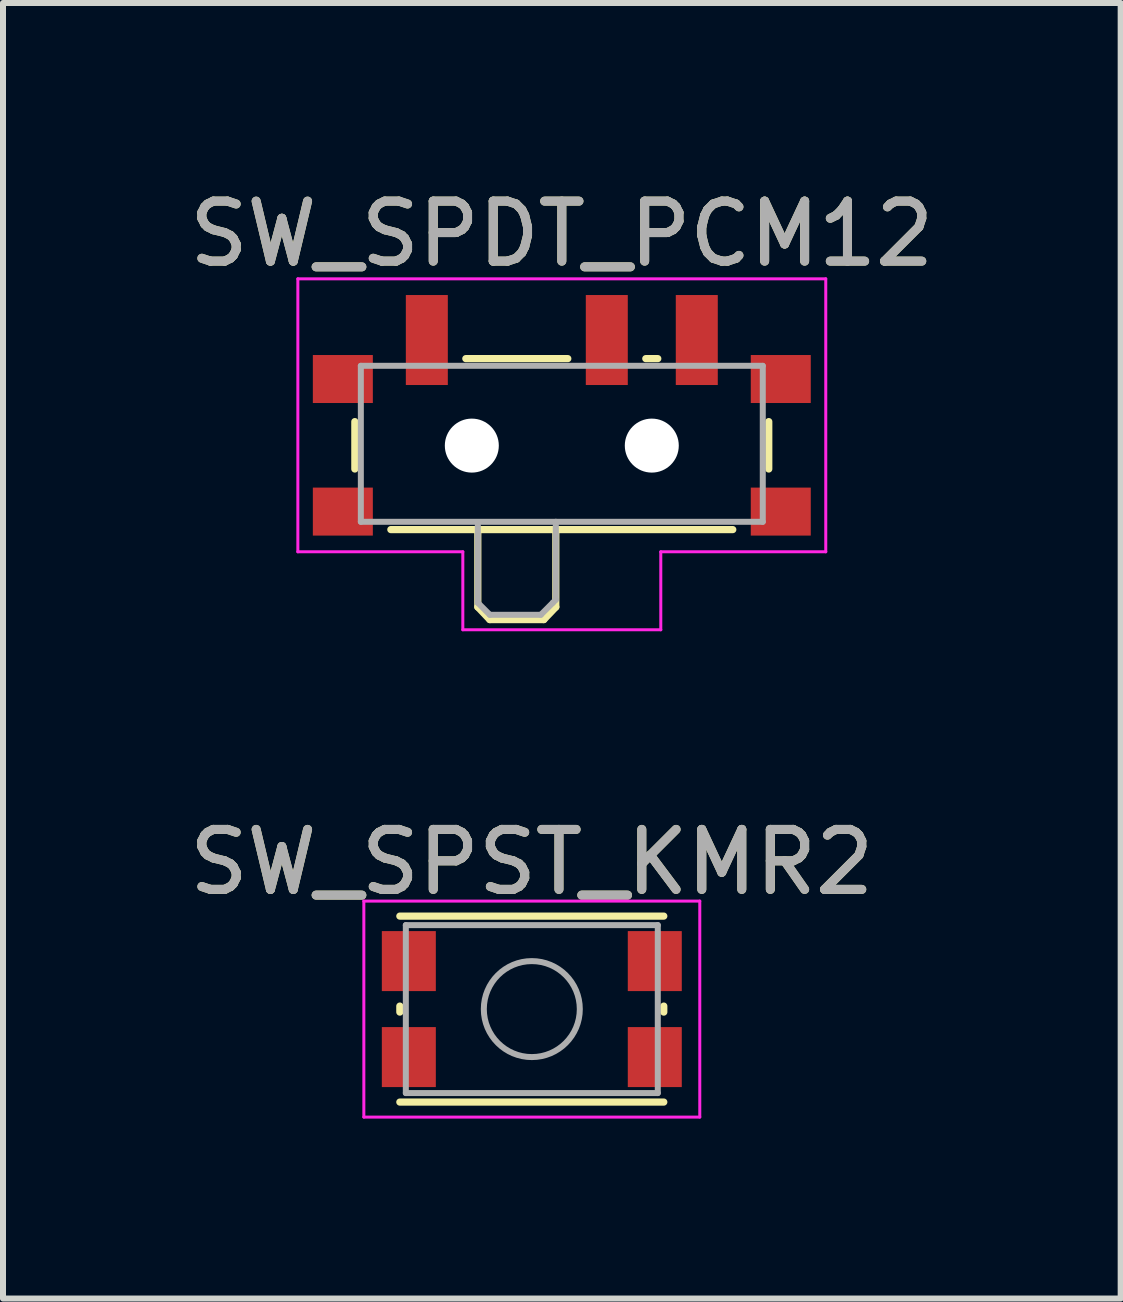
<source format=kicad_pcb>
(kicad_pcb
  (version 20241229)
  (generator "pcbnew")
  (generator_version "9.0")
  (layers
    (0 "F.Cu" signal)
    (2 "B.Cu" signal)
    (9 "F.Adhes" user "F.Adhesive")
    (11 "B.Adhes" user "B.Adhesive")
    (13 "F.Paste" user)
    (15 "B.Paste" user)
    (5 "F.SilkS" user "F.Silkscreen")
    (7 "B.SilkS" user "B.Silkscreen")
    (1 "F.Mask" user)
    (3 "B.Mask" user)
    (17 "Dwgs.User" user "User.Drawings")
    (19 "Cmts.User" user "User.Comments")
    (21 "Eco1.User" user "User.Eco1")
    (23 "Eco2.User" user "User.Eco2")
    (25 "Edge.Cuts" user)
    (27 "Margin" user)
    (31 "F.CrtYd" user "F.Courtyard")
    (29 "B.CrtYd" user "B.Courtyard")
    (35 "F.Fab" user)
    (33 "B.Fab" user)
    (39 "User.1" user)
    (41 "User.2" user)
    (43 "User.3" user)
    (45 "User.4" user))
  (footprint "SW_SPDT_PCM12"
    (layer "F.Cu")
    (at 6.315 4.048)
    (property "Reference" "SW_SPDT_PCM12" (at 0 -3.2 0) (layer "F.SilkS") (effects (font (size 1 1) (thickness 0.15))))
    (attr smd)
    (fp_line (start -3.45 -0.07) (end -3.45 0.72) (stroke (width 0.12) (type solid)) (layer "F.SilkS"))
    (fp_line (start -2.85 1.73) (end 2.85 1.73) (stroke (width 0.12) (type solid)) (layer "F.SilkS"))
    (fp_line (start -1.6 -1.12) (end 0.1 -1.12) (stroke (width 0.12) (type solid)) (layer "F.SilkS"))
    (fp_line (start -1.4 1.73) (end -1.4 3.02) (stroke (width 0.12) (type solid)) (layer "F.SilkS"))
    (fp_line (start -1.4 3.02) (end -1.2 3.23) (stroke (width 0.12) (type solid)) (layer "F.SilkS"))
    (fp_line (start -1.2 3.23) (end -0.3 3.23) (stroke (width 0.12) (type solid)) (layer "F.SilkS"))
    (fp_line (start -0.1 3.02) (end -0.3 3.23) (stroke (width 0.12) (type solid)) (layer "F.SilkS"))
    (fp_line (start -0.1 3.02) (end -0.1 1.73) (stroke (width 0.12) (type solid)) (layer "F.SilkS"))
    (fp_line (start 1.4 -1.12) (end 1.6 -1.12) (stroke (width 0.12) (type solid)) (layer "F.SilkS"))
    (fp_line (start 3.45 0.72) (end 3.45 -0.07) (stroke (width 0.12) (type solid)) (layer "F.SilkS"))
    (fp_line (start -4.4 -2.45) (end 4.4 -2.45) (stroke (width 0.05) (type solid)) (layer "F.CrtYd"))
    (fp_line (start -4.4 2.1) (end -4.4 -2.45) (stroke (width 0.05) (type solid)) (layer "F.CrtYd"))
    (fp_line (start -1.65 2.1) (end -4.4 2.1) (stroke (width 0.05) (type solid)) (layer "F.CrtYd"))
    (fp_line (start -1.65 3.4) (end -1.65 2.1) (stroke (width 0.05) (type solid)) (layer "F.CrtYd"))
    (fp_line (start 1.65 2.1) (end 1.65 3.4) (stroke (width 0.05) (type solid)) (layer "F.CrtYd"))
    (fp_line (start 1.65 3.4) (end -1.65 3.4) (stroke (width 0.05) (type solid)) (layer "F.CrtYd"))
    (fp_line (start 4.4 -2.45) (end 4.4 2.1) (stroke (width 0.05) (type solid)) (layer "F.CrtYd"))
    (fp_line (start 4.4 2.1) (end 1.65 2.1) (stroke (width 0.05) (type solid)) (layer "F.CrtYd"))
    (fp_line (start -3.35 -1) (end -3.35 1.6) (stroke (width 0.1) (type solid)) (layer "F.Fab"))
    (fp_line (start -3.35 1.6) (end 3.35 1.6) (stroke (width 0.1) (type solid)) (layer "F.Fab"))
    (fp_line (start -1.4 1.65) (end -1.4 2.95) (stroke (width 0.1) (type solid)) (layer "F.Fab"))
    (fp_line (start -1.4 2.95) (end -1.2 3.15) (stroke (width 0.1) (type solid)) (layer "F.Fab"))
    (fp_line (start -1.2 3.15) (end -0.35 3.15) (stroke (width 0.1) (type solid)) (layer "F.Fab"))
    (fp_line (start -0.35 3.15) (end -0.15 2.95) (stroke (width 0.1) (type solid)) (layer "F.Fab"))
    (fp_line (start -0.15 2.95) (end -0.1 2.9) (stroke (width 0.1) (type solid)) (layer "F.Fab"))
    (fp_line (start -0.1 2.9) (end -0.1 1.6) (stroke (width 0.1) (type solid)) (layer "F.Fab"))
    (fp_line (start 3.35 -1) (end -3.35 -1) (stroke (width 0.1) (type solid)) (layer "F.Fab"))
    (fp_line (start 3.35 1.6) (end 3.35 -1) (stroke (width 0.1) (type solid)) (layer "F.Fab"))
    (fp_text user "${REFERENCE}" (at 0 -3.2 0) (layer "F.Fab") (effects (font (size 1 1) (thickness 0.15))))
    (pad "" smd rect (at -3.65 -0.78) (size 1 0.8) (layers "F.Cu" "F.Mask" "F.Paste"))
    (pad "" smd rect (at -3.65 1.43) (size 1 0.8) (layers "F.Cu" "F.Mask" "F.Paste"))
    (pad "" np_thru_hole circle (at -1.5 0.33) (size 0.9 0.9) (drill 0.9) (layers "*.Cu" "*.Mask"))
    (pad "" np_thru_hole circle (at 1.5 0.33) (size 0.9 0.9) (drill 0.9) (layers "*.Cu" "*.Mask"))
    (pad "" smd rect (at 3.65 -0.78) (size 1 0.8) (layers "F.Cu" "F.Mask" "F.Paste"))
    (pad "" smd rect (at 3.65 1.43) (size 1 0.8) (layers "F.Cu" "F.Mask" "F.Paste"))
    (pad "1" smd rect (at -2.25 -1.43) (size 0.7 1.5) (layers "F.Cu" "F.Mask" "F.Paste"))
    (pad "2" smd rect (at 0.75 -1.43) (size 0.7 1.5) (layers "F.Cu" "F.Mask" "F.Paste"))
    (pad "3" smd rect (at 2.25 -1.43) (size 0.7 1.5) (layers "F.Cu" "F.Mask" "F.Paste")))
  (footprint "SW_SPST_KMR2"
    (layer "F.Cu")
    (at 5.815 13.771)
    (property "Reference" "SW_SPST_KMR2" (at 0 -2.45 0) (layer "F.SilkS") (effects (font (size 1 1) (thickness 0.15))))
    (attr smd)
    (fp_line (start -2.2 0.05) (end -2.2 -0.05) (stroke (width 0.12) (type solid)) (layer "F.SilkS"))
    (fp_line (start -2.2 1.55) (end 2.2 1.55) (stroke (width 0.12) (type solid)) (layer "F.SilkS"))
    (fp_line (start 2.2 -1.55) (end -2.2 -1.55) (stroke (width 0.12) (type solid)) (layer "F.SilkS"))
    (fp_line (start 2.2 0.05) (end 2.2 -0.05) (stroke (width 0.12) (type solid)) (layer "F.SilkS"))
    (fp_line (start -2.8 -1.8) (end 2.8 -1.8) (stroke (width 0.05) (type solid)) (layer "F.CrtYd"))
    (fp_line (start -2.8 1.8) (end -2.8 -1.8) (stroke (width 0.05) (type solid)) (layer "F.CrtYd"))
    (fp_line (start 2.8 -1.8) (end 2.8 1.8) (stroke (width 0.05) (type solid)) (layer "F.CrtYd"))
    (fp_line (start 2.8 1.8) (end -2.8 1.8) (stroke (width 0.05) (type solid)) (layer "F.CrtYd"))
    (fp_line (start -2.1 -1.4) (end 2.1 -1.4) (stroke (width 0.1) (type solid)) (layer "F.Fab"))
    (fp_line (start -2.1 1.4) (end -2.1 -1.4) (stroke (width 0.1) (type solid)) (layer "F.Fab"))
    (fp_line (start 2.1 -1.4) (end 2.1 1.4) (stroke (width 0.1) (type solid)) (layer "F.Fab"))
    (fp_line (start 2.1 1.4) (end -2.1 1.4) (stroke (width 0.1) (type solid)) (layer "F.Fab"))
    (fp_circle (center 0 0) (end 0 0.8) (stroke (width 0.1) (type solid)) (fill no) (layer "F.Fab"))
    (fp_text user "${REFERENCE}" (at 0 -2.45 0) (layer "F.Fab") (effects (font (size 1 1) (thickness 0.15))))
    (pad "1" smd rect (at -2.05 -0.8) (size 0.9 1) (layers "F.Cu" "F.Mask" "F.Paste"))
    (pad "1" smd rect (at 2.05 -0.8) (size 0.9 1) (layers "F.Cu" "F.Mask" "F.Paste"))
    (pad "2" smd rect (at -2.05 0.8) (size 0.9 1) (layers "F.Cu" "F.Mask" "F.Paste"))
    (pad "2" smd rect (at 2.05 0.8) (size 0.9 1) (layers "F.Cu" "F.Mask" "F.Paste")))
  (gr_rect
    (start -3 -3)
    (end 15.631 18.596)
    (stroke (width 0.1) (type default))
    (fill no)
    (layer "Edge.Cuts")))
</source>
